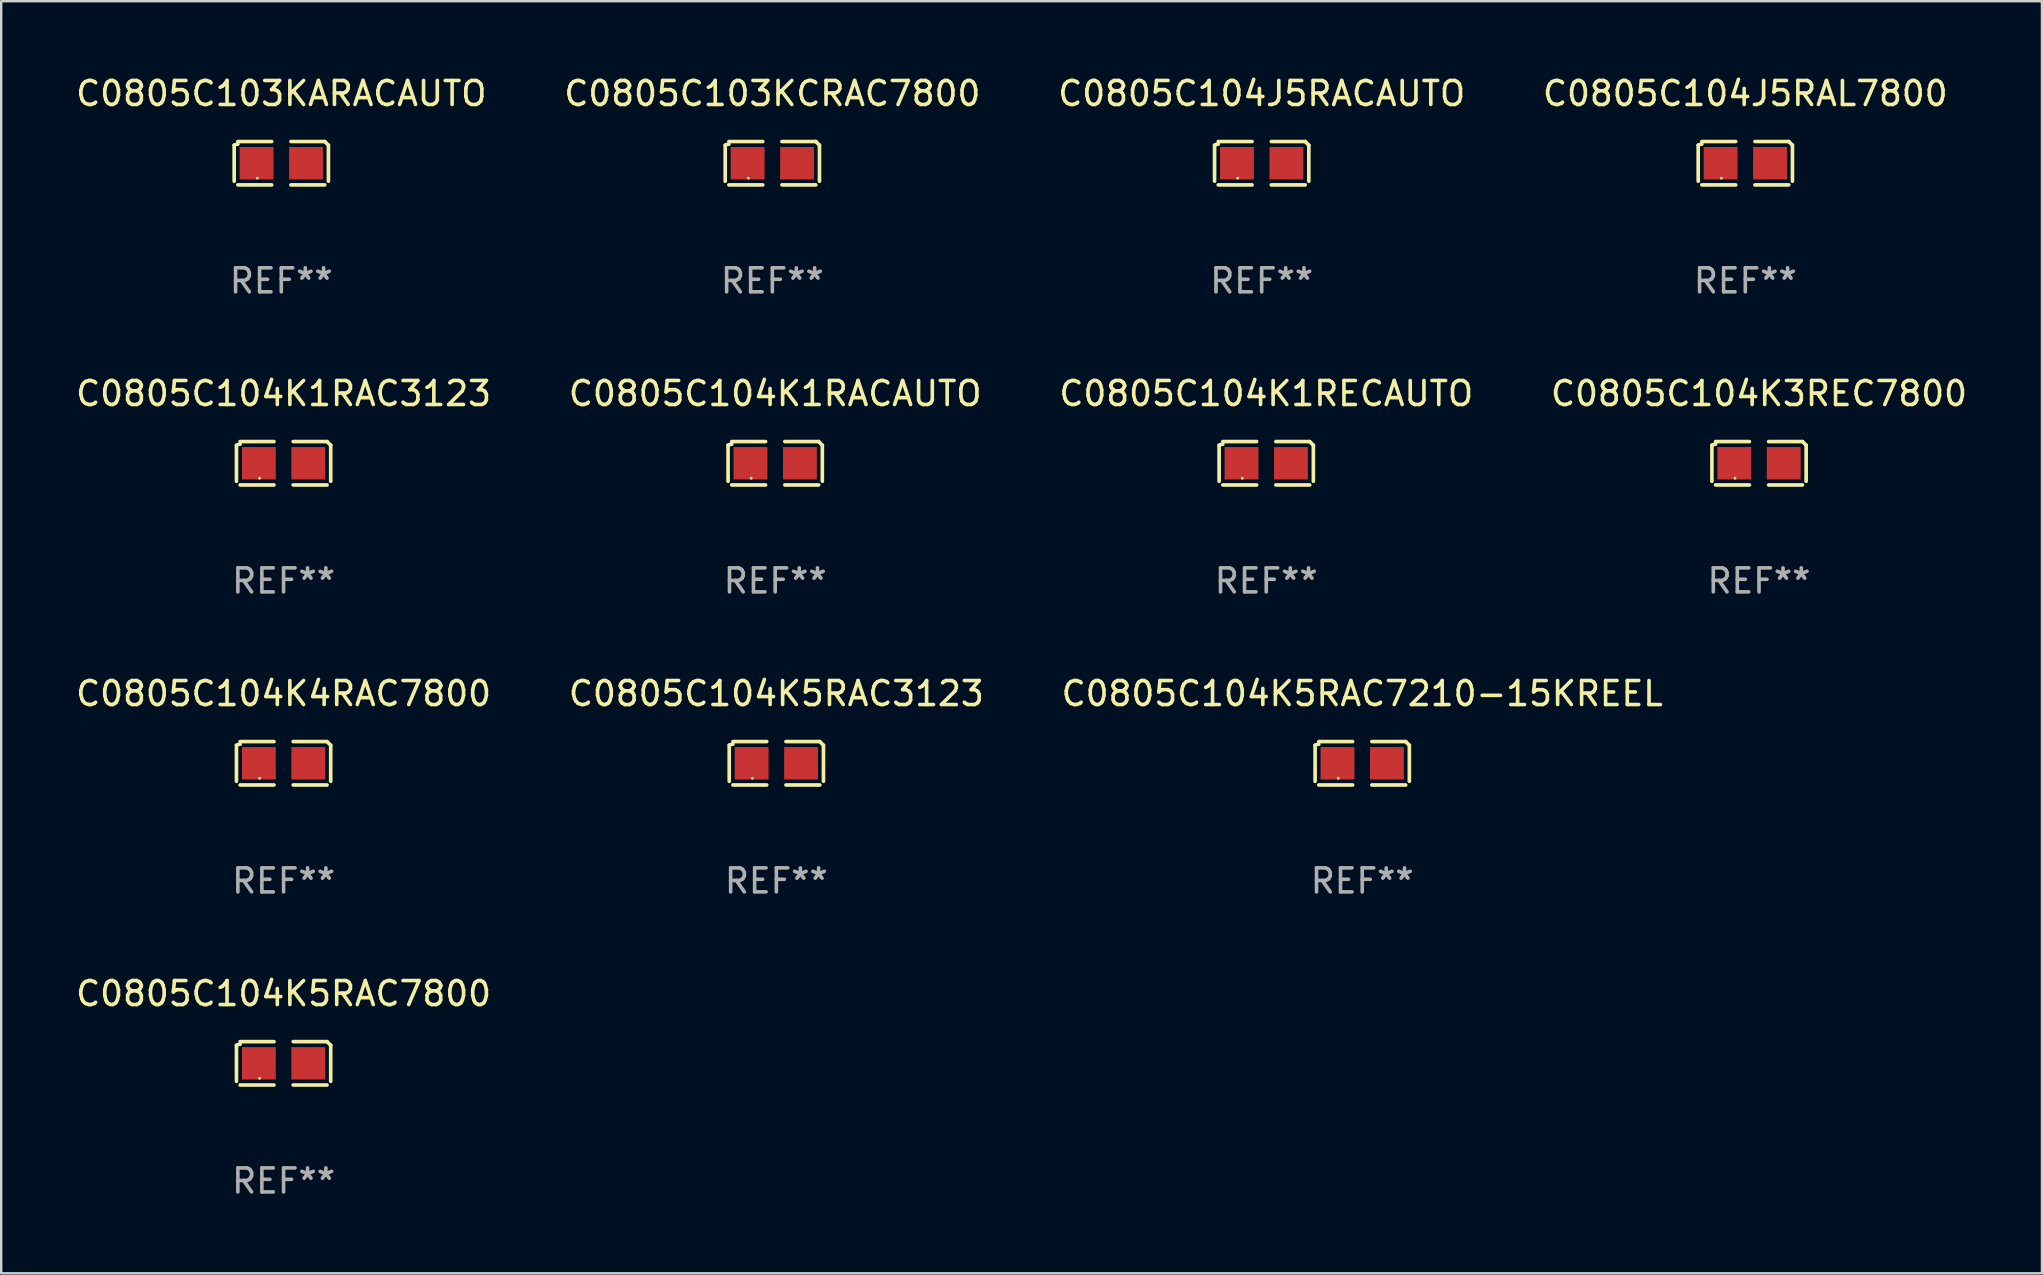
<source format=kicad_pcb>
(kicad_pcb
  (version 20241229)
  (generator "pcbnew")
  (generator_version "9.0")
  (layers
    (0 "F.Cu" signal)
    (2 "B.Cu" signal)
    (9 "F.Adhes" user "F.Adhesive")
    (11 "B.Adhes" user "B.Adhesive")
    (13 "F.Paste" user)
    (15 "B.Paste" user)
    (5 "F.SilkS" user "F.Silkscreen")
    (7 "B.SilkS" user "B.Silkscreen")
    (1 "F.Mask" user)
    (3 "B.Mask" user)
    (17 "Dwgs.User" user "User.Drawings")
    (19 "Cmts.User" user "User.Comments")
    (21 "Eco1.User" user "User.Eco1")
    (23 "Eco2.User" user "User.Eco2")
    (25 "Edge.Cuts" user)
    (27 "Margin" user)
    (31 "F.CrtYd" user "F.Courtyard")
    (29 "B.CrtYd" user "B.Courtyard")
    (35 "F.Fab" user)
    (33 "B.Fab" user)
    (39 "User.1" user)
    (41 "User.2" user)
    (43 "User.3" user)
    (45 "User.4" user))
  (footprint "C0805C104J5RAL7800"
    (layer "F.Cu")
    (at 69.685 3.752)
    (property "Reference" "C0805C104J5RAL7800" (at 0 -2.904 0) (layer "F.SilkS") (effects (font (size 1 1) (thickness 0.15))))
    (attr through_hole)
    (fp_line (start -1.964 0.751) (end -1.964 -0.751) (stroke (width 0.152) (type solid)) (layer "F.SilkS"))
    (fp_line (start -1.811 -0.904) (end -0.401 -0.904) (stroke (width 0.152) (type solid)) (layer "F.SilkS"))
    (fp_line (start -0.401 0.904) (end -1.811 0.904) (stroke (width 0.152) (type solid)) (layer "F.SilkS"))
    (fp_line (start 0.401 0.904) (end 1.811 0.904) (stroke (width 0.152) (type solid)) (layer "F.SilkS"))
    (fp_line (start 1.811 -0.904) (end 0.401 -0.904) (stroke (width 0.152) (type solid)) (layer "F.SilkS"))
    (fp_line (start 1.964 0.751) (end 1.964 -0.751) (stroke (width 0.152) (type solid)) (layer "F.SilkS"))
    (fp_arc (start -1.963602 -0.751207) (mid -1.890354 -0.783131) (end -1.811201 -0.794044) (stroke (width 0.1524) (type solid)) (layer "F.SilkS"))
    (fp_arc (start 1.811202 -0.903607) (mid 1.887413 -0.827418) (end 1.963602 -0.751207) (stroke (width 0.1524) (type solid)) (layer "F.SilkS"))
    (fp_circle (center -1 0.625) (end -0.97 0.625) (stroke (width 0.06) (type solid)) (fill no) (layer "F.SilkS"))
    (fp_text user "REF**" (at 0 4.904 0) (layer "F.Fab") (effects (font (size 1 1) (thickness 0.15))))
    (pad "1" smd rect (at -1.03 0) (size 1.41 1.35) (layers "F.Cu" "F.Mask" "F.Paste"))
    (pad "2" smd rect (at 1.03 0) (size 1.41 1.35) (layers "F.Cu" "F.Mask" "F.Paste")))
  (footprint "C0805C104K1RAC3123"
    (layer "F.Cu")
    (at 8.768 16.256)
    (property "Reference" "C0805C104K1RAC3123" (at 0 -2.904 0) (layer "F.SilkS") (effects (font (size 1 1) (thickness 0.15))))
    (attr through_hole)
    (fp_line (start -1.964 0.751) (end -1.964 -0.751) (stroke (width 0.152) (type solid)) (layer "F.SilkS"))
    (fp_line (start -1.811 -0.904) (end -0.401 -0.904) (stroke (width 0.152) (type solid)) (layer "F.SilkS"))
    (fp_line (start -0.401 0.904) (end -1.811 0.904) (stroke (width 0.152) (type solid)) (layer "F.SilkS"))
    (fp_line (start 0.401 0.904) (end 1.811 0.904) (stroke (width 0.152) (type solid)) (layer "F.SilkS"))
    (fp_line (start 1.811 -0.904) (end 0.401 -0.904) (stroke (width 0.152) (type solid)) (layer "F.SilkS"))
    (fp_line (start 1.964 0.751) (end 1.964 -0.751) (stroke (width 0.152) (type solid)) (layer "F.SilkS"))
    (fp_arc (start -1.963602 -0.751207) (mid -1.890354 -0.783131) (end -1.811201 -0.794044) (stroke (width 0.1524) (type solid)) (layer "F.SilkS"))
    (fp_arc (start 1.811202 -0.903607) (mid 1.887413 -0.827418) (end 1.963602 -0.751207) (stroke (width 0.1524) (type solid)) (layer "F.SilkS"))
    (fp_circle (center -1 0.625) (end -0.97 0.625) (stroke (width 0.06) (type solid)) (fill no) (layer "F.SilkS"))
    (fp_text user "REF**" (at 0 4.904 0) (layer "F.Fab") (effects (font (size 1 1) (thickness 0.15))))
    (pad "1" smd rect (at -1.03 0) (size 1.41 1.35) (layers "F.Cu" "F.Mask" "F.Paste"))
    (pad "2" smd rect (at 1.03 0) (size 1.41 1.35) (layers "F.Cu" "F.Mask" "F.Paste")))
  (footprint "C0805C104K1RECAUTO"
    (layer "F.Cu")
    (at 49.72 16.256)
    (property "Reference" "C0805C104K1RECAUTO" (at 0 -2.904 0) (layer "F.SilkS") (effects (font (size 1 1) (thickness 0.15))))
    (attr through_hole)
    (fp_line (start -1.964 0.751) (end -1.964 -0.751) (stroke (width 0.152) (type solid)) (layer "F.SilkS"))
    (fp_line (start -1.811 -0.904) (end -0.401 -0.904) (stroke (width 0.152) (type solid)) (layer "F.SilkS"))
    (fp_line (start -0.401 0.904) (end -1.811 0.904) (stroke (width 0.152) (type solid)) (layer "F.SilkS"))
    (fp_line (start 0.401 0.904) (end 1.811 0.904) (stroke (width 0.152) (type solid)) (layer "F.SilkS"))
    (fp_line (start 1.811 -0.904) (end 0.401 -0.904) (stroke (width 0.152) (type solid)) (layer "F.SilkS"))
    (fp_line (start 1.964 0.751) (end 1.964 -0.751) (stroke (width 0.152) (type solid)) (layer "F.SilkS"))
    (fp_arc (start -1.963602 -0.751207) (mid -1.890354 -0.783131) (end -1.811201 -0.794044) (stroke (width 0.1524) (type solid)) (layer "F.SilkS"))
    (fp_arc (start 1.811202 -0.903607) (mid 1.887413 -0.827418) (end 1.963602 -0.751207) (stroke (width 0.1524) (type solid)) (layer "F.SilkS"))
    (fp_circle (center -1 0.625) (end -0.97 0.625) (stroke (width 0.06) (type solid)) (fill no) (layer "F.SilkS"))
    (fp_text user "REF**" (at 0 4.904 0) (layer "F.Fab") (effects (font (size 1 1) (thickness 0.15))))
    (pad "1" smd rect (at -1.03 0) (size 1.41 1.35) (layers "F.Cu" "F.Mask" "F.Paste"))
    (pad "2" smd rect (at 1.03 0) (size 1.41 1.35) (layers "F.Cu" "F.Mask" "F.Paste")))
  (footprint "C0805C104K3REC7800"
    (layer "F.Cu")
    (at 70.256 16.256)
    (property "Reference" "C0805C104K3REC7800" (at 0 -2.904 0) (layer "F.SilkS") (effects (font (size 1 1) (thickness 0.15))))
    (attr through_hole)
    (fp_line (start -1.964 0.751) (end -1.964 -0.751) (stroke (width 0.152) (type solid)) (layer "F.SilkS"))
    (fp_line (start -1.811 -0.904) (end -0.401 -0.904) (stroke (width 0.152) (type solid)) (layer "F.SilkS"))
    (fp_line (start -0.401 0.904) (end -1.811 0.904) (stroke (width 0.152) (type solid)) (layer "F.SilkS"))
    (fp_line (start 0.401 0.904) (end 1.811 0.904) (stroke (width 0.152) (type solid)) (layer "F.SilkS"))
    (fp_line (start 1.811 -0.904) (end 0.401 -0.904) (stroke (width 0.152) (type solid)) (layer "F.SilkS"))
    (fp_line (start 1.964 0.751) (end 1.964 -0.751) (stroke (width 0.152) (type solid)) (layer "F.SilkS"))
    (fp_arc (start -1.963602 -0.751207) (mid -1.890354 -0.783131) (end -1.811201 -0.794044) (stroke (width 0.1524) (type solid)) (layer "F.SilkS"))
    (fp_arc (start 1.811202 -0.903607) (mid 1.887413 -0.827418) (end 1.963602 -0.751207) (stroke (width 0.1524) (type solid)) (layer "F.SilkS"))
    (fp_circle (center -1 0.625) (end -0.97 0.625) (stroke (width 0.06) (type solid)) (fill no) (layer "F.SilkS"))
    (fp_text user "REF**" (at 0 4.904 0) (layer "F.Fab") (effects (font (size 1 1) (thickness 0.15))))
    (pad "1" smd rect (at -1.03 0) (size 1.41 1.35) (layers "F.Cu" "F.Mask" "F.Paste"))
    (pad "2" smd rect (at 1.03 0) (size 1.41 1.35) (layers "F.Cu" "F.Mask" "F.Paste")))
  (footprint "C0805C104K5RAC3123"
    (layer "F.Cu")
    (at 29.304 28.759)
    (property "Reference" "C0805C104K5RAC3123" (at 0 -2.904 0) (layer "F.SilkS") (effects (font (size 1 1) (thickness 0.15))))
    (attr through_hole)
    (fp_line (start -1.964 0.751) (end -1.964 -0.751) (stroke (width 0.152) (type solid)) (layer "F.SilkS"))
    (fp_line (start -1.811 -0.904) (end -0.401 -0.904) (stroke (width 0.152) (type solid)) (layer "F.SilkS"))
    (fp_line (start -0.401 0.904) (end -1.811 0.904) (stroke (width 0.152) (type solid)) (layer "F.SilkS"))
    (fp_line (start 0.401 0.904) (end 1.811 0.904) (stroke (width 0.152) (type solid)) (layer "F.SilkS"))
    (fp_line (start 1.811 -0.904) (end 0.401 -0.904) (stroke (width 0.152) (type solid)) (layer "F.SilkS"))
    (fp_line (start 1.964 0.751) (end 1.964 -0.751) (stroke (width 0.152) (type solid)) (layer "F.SilkS"))
    (fp_arc (start -1.963602 -0.751207) (mid -1.890354 -0.783131) (end -1.811201 -0.794044) (stroke (width 0.1524) (type solid)) (layer "F.SilkS"))
    (fp_arc (start 1.811202 -0.903607) (mid 1.887413 -0.827418) (end 1.963602 -0.751207) (stroke (width 0.1524) (type solid)) (layer "F.SilkS"))
    (fp_circle (center -1 0.625) (end -0.97 0.625) (stroke (width 0.06) (type solid)) (fill no) (layer "F.SilkS"))
    (fp_text user "REF**" (at 0 4.904 0) (layer "F.Fab") (effects (font (size 1 1) (thickness 0.15))))
    (pad "1" smd rect (at -1.03 0) (size 1.41 1.35) (layers "F.Cu" "F.Mask" "F.Paste"))
    (pad "2" smd rect (at 1.03 0) (size 1.41 1.35) (layers "F.Cu" "F.Mask" "F.Paste")))
  (footprint "C0805C104K1RACAUTO"
    (layer "F.Cu")
    (at 29.256 16.256)
    (property "Reference" "C0805C104K1RACAUTO" (at 0 -2.904 0) (layer "F.SilkS") (effects (font (size 1 1) (thickness 0.15))))
    (attr through_hole)
    (fp_line (start -1.964 0.751) (end -1.964 -0.751) (stroke (width 0.152) (type solid)) (layer "F.SilkS"))
    (fp_line (start -1.811 -0.904) (end -0.401 -0.904) (stroke (width 0.152) (type solid)) (layer "F.SilkS"))
    (fp_line (start -0.401 0.904) (end -1.811 0.904) (stroke (width 0.152) (type solid)) (layer "F.SilkS"))
    (fp_line (start 0.401 0.904) (end 1.811 0.904) (stroke (width 0.152) (type solid)) (layer "F.SilkS"))
    (fp_line (start 1.811 -0.904) (end 0.401 -0.904) (stroke (width 0.152) (type solid)) (layer "F.SilkS"))
    (fp_line (start 1.964 0.751) (end 1.964 -0.751) (stroke (width 0.152) (type solid)) (layer "F.SilkS"))
    (fp_arc (start -1.963602 -0.751207) (mid -1.890354 -0.783131) (end -1.811201 -0.794044) (stroke (width 0.1524) (type solid)) (layer "F.SilkS"))
    (fp_arc (start 1.811202 -0.903607) (mid 1.887413 -0.827418) (end 1.963602 -0.751207) (stroke (width 0.1524) (type solid)) (layer "F.SilkS"))
    (fp_circle (center -1 0.625) (end -0.97 0.625) (stroke (width 0.06) (type solid)) (fill no) (layer "F.SilkS"))
    (fp_text user "REF**" (at 0 4.904 0) (layer "F.Fab") (effects (font (size 1 1) (thickness 0.15))))
    (pad "1" smd rect (at -1.03 0) (size 1.41 1.35) (layers "F.Cu" "F.Mask" "F.Paste"))
    (pad "2" smd rect (at 1.03 0) (size 1.41 1.35) (layers "F.Cu" "F.Mask" "F.Paste")))
  (footprint "C0805C104K5RAC7210-15KREEL"
    (layer "F.Cu")
    (at 53.72 28.759)
    (property "Reference" "C0805C104K5RAC7210-15KREEL" (at 0 -2.904 0) (layer "F.SilkS") (effects (font (size 1 1) (thickness 0.15))))
    (attr through_hole)
    (fp_line (start -1.964 0.751) (end -1.964 -0.751) (stroke (width 0.152) (type solid)) (layer "F.SilkS"))
    (fp_line (start -1.811 -0.904) (end -0.401 -0.904) (stroke (width 0.152) (type solid)) (layer "F.SilkS"))
    (fp_line (start -0.401 0.904) (end -1.811 0.904) (stroke (width 0.152) (type solid)) (layer "F.SilkS"))
    (fp_line (start 0.401 0.904) (end 1.811 0.904) (stroke (width 0.152) (type solid)) (layer "F.SilkS"))
    (fp_line (start 1.811 -0.904) (end 0.401 -0.904) (stroke (width 0.152) (type solid)) (layer "F.SilkS"))
    (fp_line (start 1.964 0.751) (end 1.964 -0.751) (stroke (width 0.152) (type solid)) (layer "F.SilkS"))
    (fp_arc (start -1.963602 -0.751207) (mid -1.890354 -0.783131) (end -1.811201 -0.794044) (stroke (width 0.1524) (type solid)) (layer "F.SilkS"))
    (fp_arc (start 1.811202 -0.903607) (mid 1.887413 -0.827418) (end 1.963602 -0.751207) (stroke (width 0.1524) (type solid)) (layer "F.SilkS"))
    (fp_circle (center -1 0.625) (end -0.97 0.625) (stroke (width 0.06) (type solid)) (fill no) (layer "F.SilkS"))
    (fp_text user "REF**" (at 0 4.904 0) (layer "F.Fab") (effects (font (size 1 1) (thickness 0.15))))
    (pad "1" smd rect (at -1.03 0) (size 1.41 1.35) (layers "F.Cu" "F.Mask" "F.Paste"))
    (pad "2" smd rect (at 1.03 0) (size 1.41 1.35) (layers "F.Cu" "F.Mask" "F.Paste")))
  (footprint "C0805C103KCRAC7800"
    (layer "F.Cu")
    (at 29.137 3.752)
    (property "Reference" "C0805C103KCRAC7800" (at 0 -2.904 0) (layer "F.SilkS") (effects (font (size 1 1) (thickness 0.15))))
    (attr through_hole)
    (fp_line (start -1.964 0.751) (end -1.964 -0.751) (stroke (width 0.152) (type solid)) (layer "F.SilkS"))
    (fp_line (start -1.811 -0.904) (end -0.401 -0.904) (stroke (width 0.152) (type solid)) (layer "F.SilkS"))
    (fp_line (start -0.401 0.904) (end -1.811 0.904) (stroke (width 0.152) (type solid)) (layer "F.SilkS"))
    (fp_line (start 0.401 0.904) (end 1.811 0.904) (stroke (width 0.152) (type solid)) (layer "F.SilkS"))
    (fp_line (start 1.811 -0.904) (end 0.401 -0.904) (stroke (width 0.152) (type solid)) (layer "F.SilkS"))
    (fp_line (start 1.964 0.751) (end 1.964 -0.751) (stroke (width 0.152) (type solid)) (layer "F.SilkS"))
    (fp_arc (start -1.963602 -0.751207) (mid -1.890354 -0.783131) (end -1.811201 -0.794044) (stroke (width 0.1524) (type solid)) (layer "F.SilkS"))
    (fp_arc (start 1.811202 -0.903607) (mid 1.887413 -0.827418) (end 1.963602 -0.751207) (stroke (width 0.1524) (type solid)) (layer "F.SilkS"))
    (fp_circle (center -1 0.625) (end -0.97 0.625) (stroke (width 0.06) (type solid)) (fill no) (layer "F.SilkS"))
    (fp_text user "REF**" (at 0 4.904 0) (layer "F.Fab") (effects (font (size 1 1) (thickness 0.15))))
    (pad "1" smd rect (at -1.03 0) (size 1.41 1.35) (layers "F.Cu" "F.Mask" "F.Paste"))
    (pad "2" smd rect (at 1.03 0) (size 1.41 1.35) (layers "F.Cu" "F.Mask" "F.Paste")))
  (footprint "C0805C103KARACAUTO"
    (layer "F.Cu")
    (at 8.673 3.752)
    (property "Reference" "C0805C103KARACAUTO" (at 0 -2.904 0) (layer "F.SilkS") (effects (font (size 1 1) (thickness 0.15))))
    (attr through_hole)
    (fp_line (start -1.964 0.751) (end -1.964 -0.751) (stroke (width 0.152) (type solid)) (layer "F.SilkS"))
    (fp_line (start -1.811 -0.904) (end -0.401 -0.904) (stroke (width 0.152) (type solid)) (layer "F.SilkS"))
    (fp_line (start -0.401 0.904) (end -1.811 0.904) (stroke (width 0.152) (type solid)) (layer "F.SilkS"))
    (fp_line (start 0.401 0.904) (end 1.811 0.904) (stroke (width 0.152) (type solid)) (layer "F.SilkS"))
    (fp_line (start 1.811 -0.904) (end 0.401 -0.904) (stroke (width 0.152) (type solid)) (layer "F.SilkS"))
    (fp_line (start 1.964 0.751) (end 1.964 -0.751) (stroke (width 0.152) (type solid)) (layer "F.SilkS"))
    (fp_arc (start -1.963602 -0.751207) (mid -1.890354 -0.783131) (end -1.811201 -0.794044) (stroke (width 0.1524) (type solid)) (layer "F.SilkS"))
    (fp_arc (start 1.811202 -0.903607) (mid 1.887413 -0.827418) (end 1.963602 -0.751207) (stroke (width 0.1524) (type solid)) (layer "F.SilkS"))
    (fp_circle (center -1 0.625) (end -0.97 0.625) (stroke (width 0.06) (type solid)) (fill no) (layer "F.SilkS"))
    (fp_text user "REF**" (at 0 4.904 0) (layer "F.Fab") (effects (font (size 1 1) (thickness 0.15))))
    (pad "1" smd rect (at -1.03 0) (size 1.41 1.35) (layers "F.Cu" "F.Mask" "F.Paste"))
    (pad "2" smd rect (at 1.03 0) (size 1.41 1.35) (layers "F.Cu" "F.Mask" "F.Paste")))
  (footprint "C0805C104K4RAC7800"
    (layer "F.Cu")
    (at 8.768 28.759)
    (property "Reference" "C0805C104K4RAC7800" (at 0 -2.904 0) (layer "F.SilkS") (effects (font (size 1 1) (thickness 0.15))))
    (attr through_hole)
    (fp_line (start -1.964 0.751) (end -1.964 -0.751) (stroke (width 0.152) (type solid)) (layer "F.SilkS"))
    (fp_line (start -1.811 -0.904) (end -0.401 -0.904) (stroke (width 0.152) (type solid)) (layer "F.SilkS"))
    (fp_line (start -0.401 0.904) (end -1.811 0.904) (stroke (width 0.152) (type solid)) (layer "F.SilkS"))
    (fp_line (start 0.401 0.904) (end 1.811 0.904) (stroke (width 0.152) (type solid)) (layer "F.SilkS"))
    (fp_line (start 1.811 -0.904) (end 0.401 -0.904) (stroke (width 0.152) (type solid)) (layer "F.SilkS"))
    (fp_line (start 1.964 0.751) (end 1.964 -0.751) (stroke (width 0.152) (type solid)) (layer "F.SilkS"))
    (fp_arc (start -1.963602 -0.751207) (mid -1.890354 -0.783131) (end -1.811201 -0.794044) (stroke (width 0.1524) (type solid)) (layer "F.SilkS"))
    (fp_arc (start 1.811202 -0.903607) (mid 1.887413 -0.827418) (end 1.963602 -0.751207) (stroke (width 0.1524) (type solid)) (layer "F.SilkS"))
    (fp_circle (center -1 0.625) (end -0.97 0.625) (stroke (width 0.06) (type solid)) (fill no) (layer "F.SilkS"))
    (fp_text user "REF**" (at 0 4.904 0) (layer "F.Fab") (effects (font (size 1 1) (thickness 0.15))))
    (pad "1" smd rect (at -1.03 0) (size 1.41 1.35) (layers "F.Cu" "F.Mask" "F.Paste"))
    (pad "2" smd rect (at 1.03 0) (size 1.41 1.35) (layers "F.Cu" "F.Mask" "F.Paste")))
  (footprint "C0805C104K5RAC7800"
    (layer "F.Cu")
    (at 8.768 41.263)
    (property "Reference" "C0805C104K5RAC7800" (at 0 -2.904 0) (layer "F.SilkS") (effects (font (size 1 1) (thickness 0.15))))
    (attr through_hole)
    (fp_line (start -1.964 0.751) (end -1.964 -0.751) (stroke (width 0.152) (type solid)) (layer "F.SilkS"))
    (fp_line (start -1.811 -0.904) (end -0.401 -0.904) (stroke (width 0.152) (type solid)) (layer "F.SilkS"))
    (fp_line (start -0.401 0.904) (end -1.811 0.904) (stroke (width 0.152) (type solid)) (layer "F.SilkS"))
    (fp_line (start 0.401 0.904) (end 1.811 0.904) (stroke (width 0.152) (type solid)) (layer "F.SilkS"))
    (fp_line (start 1.811 -0.904) (end 0.401 -0.904) (stroke (width 0.152) (type solid)) (layer "F.SilkS"))
    (fp_line (start 1.964 0.751) (end 1.964 -0.751) (stroke (width 0.152) (type solid)) (layer "F.SilkS"))
    (fp_arc (start -1.963602 -0.751207) (mid -1.890354 -0.783131) (end -1.811201 -0.794044) (stroke (width 0.1524) (type solid)) (layer "F.SilkS"))
    (fp_arc (start 1.811202 -0.903607) (mid 1.887413 -0.827418) (end 1.963602 -0.751207) (stroke (width 0.1524) (type solid)) (layer "F.SilkS"))
    (fp_circle (center -1 0.625) (end -0.97 0.625) (stroke (width 0.06) (type solid)) (fill no) (layer "F.SilkS"))
    (fp_text user "REF**" (at 0 4.904 0) (layer "F.Fab") (effects (font (size 1 1) (thickness 0.15))))
    (pad "1" smd rect (at -1.03 0) (size 1.41 1.35) (layers "F.Cu" "F.Mask" "F.Paste"))
    (pad "2" smd rect (at 1.03 0) (size 1.41 1.35) (layers "F.Cu" "F.Mask" "F.Paste")))
  (footprint "C0805C104J5RACAUTO"
    (layer "F.Cu")
    (at 49.53 3.752)
    (property "Reference" "C0805C104J5RACAUTO" (at 0 -2.904 0) (layer "F.SilkS") (effects (font (size 1 1) (thickness 0.15))))
    (attr through_hole)
    (fp_line (start -1.964 0.751) (end -1.964 -0.751) (stroke (width 0.152) (type solid)) (layer "F.SilkS"))
    (fp_line (start -1.811 -0.904) (end -0.401 -0.904) (stroke (width 0.152) (type solid)) (layer "F.SilkS"))
    (fp_line (start -0.401 0.904) (end -1.811 0.904) (stroke (width 0.152) (type solid)) (layer "F.SilkS"))
    (fp_line (start 0.401 0.904) (end 1.811 0.904) (stroke (width 0.152) (type solid)) (layer "F.SilkS"))
    (fp_line (start 1.811 -0.904) (end 0.401 -0.904) (stroke (width 0.152) (type solid)) (layer "F.SilkS"))
    (fp_line (start 1.964 0.751) (end 1.964 -0.751) (stroke (width 0.152) (type solid)) (layer "F.SilkS"))
    (fp_arc (start -1.963602 -0.751207) (mid -1.890354 -0.783131) (end -1.811201 -0.794044) (stroke (width 0.1524) (type solid)) (layer "F.SilkS"))
    (fp_arc (start 1.811202 -0.903607) (mid 1.887413 -0.827418) (end 1.963602 -0.751207) (stroke (width 0.1524) (type solid)) (layer "F.SilkS"))
    (fp_circle (center -1 0.625) (end -0.97 0.625) (stroke (width 0.06) (type solid)) (fill no) (layer "F.SilkS"))
    (fp_text user "REF**" (at 0 4.904 0) (layer "F.Fab") (effects (font (size 1 1) (thickness 0.15))))
    (pad "1" smd rect (at -1.03 0) (size 1.41 1.35) (layers "F.Cu" "F.Mask" "F.Paste"))
    (pad "2" smd rect (at 1.03 0) (size 1.41 1.35) (layers "F.Cu" "F.Mask" "F.Paste")))
  (gr_rect
    (start -3 -3)
    (end 82.048 50.015)
    (stroke (width 0.1) (type default))
    (fill no)
    (layer "Edge.Cuts")))
</source>
